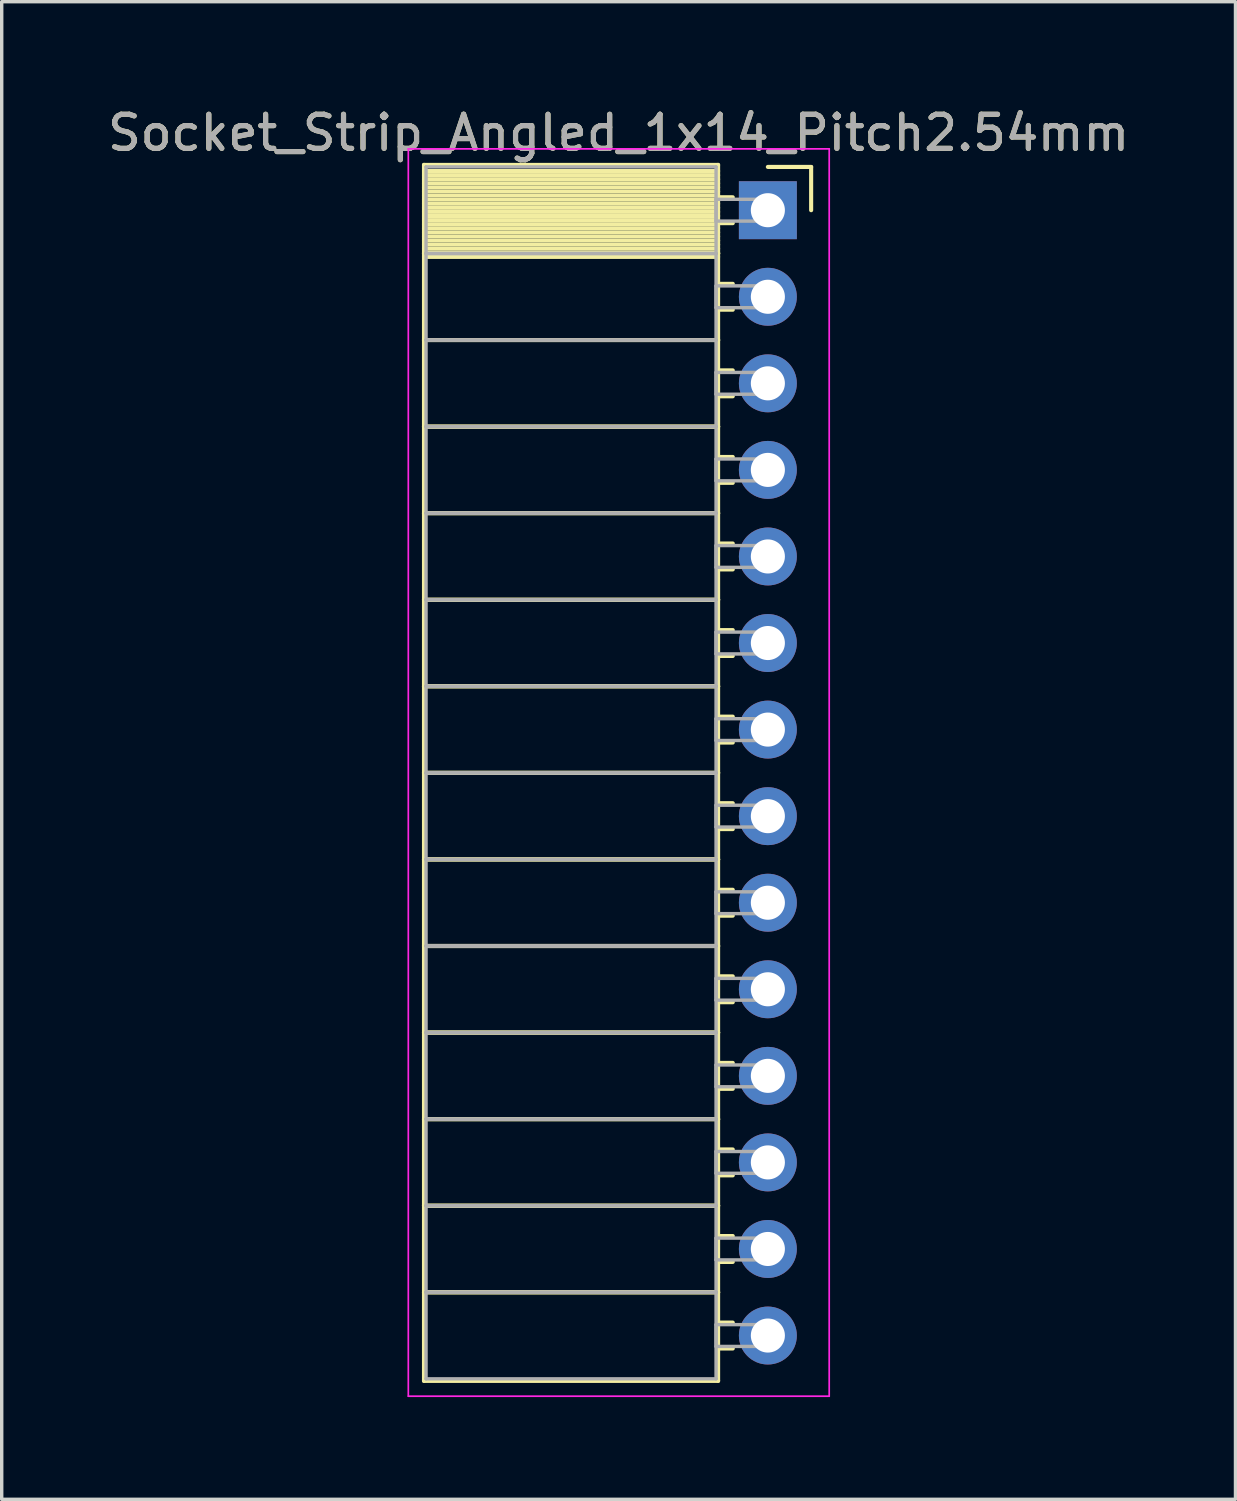
<source format=kicad_pcb>
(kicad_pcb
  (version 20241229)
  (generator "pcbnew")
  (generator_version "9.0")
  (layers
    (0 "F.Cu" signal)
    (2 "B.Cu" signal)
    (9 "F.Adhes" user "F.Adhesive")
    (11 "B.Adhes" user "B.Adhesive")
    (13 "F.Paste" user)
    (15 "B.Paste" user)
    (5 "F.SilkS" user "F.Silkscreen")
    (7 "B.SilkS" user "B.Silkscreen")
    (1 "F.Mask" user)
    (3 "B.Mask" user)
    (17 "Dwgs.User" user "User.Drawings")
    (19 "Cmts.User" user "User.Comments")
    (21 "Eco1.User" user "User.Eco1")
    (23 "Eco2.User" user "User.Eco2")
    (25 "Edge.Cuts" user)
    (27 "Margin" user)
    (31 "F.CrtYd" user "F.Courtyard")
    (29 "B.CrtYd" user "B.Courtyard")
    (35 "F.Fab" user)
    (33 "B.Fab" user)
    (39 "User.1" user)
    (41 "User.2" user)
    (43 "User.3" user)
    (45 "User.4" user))
  (footprint "Socket_Strip_Angled_1x14_Pitch2.54mm"
    (layer "F.Cu")
    (at 19.481 3.118)
    (property "Reference" "Socket_Strip_Angled_1x14_Pitch2.54mm" (at -4.38 -2.27 0) (layer "F.SilkS") (effects (font (size 1 1) (thickness 0.15))))
    (attr through_hole)
    (fp_line (start -10.09 -1.33) (end -1.46 -1.33) (stroke (width 0.12) (type solid)) (layer "F.SilkS"))
    (fp_line (start -10.09 1.27) (end -10.09 -1.33) (stroke (width 0.12) (type solid)) (layer "F.SilkS"))
    (fp_line (start -10.09 1.27) (end -1.46 1.27) (stroke (width 0.12) (type solid)) (layer "F.SilkS"))
    (fp_line (start -10.09 3.81) (end -10.09 1.27) (stroke (width 0.12) (type solid)) (layer "F.SilkS"))
    (fp_line (start -10.09 3.81) (end -1.46 3.81) (stroke (width 0.12) (type solid)) (layer "F.SilkS"))
    (fp_line (start -10.09 6.35) (end -10.09 3.81) (stroke (width 0.12) (type solid)) (layer "F.SilkS"))
    (fp_line (start -10.09 6.35) (end -1.46 6.35) (stroke (width 0.12) (type solid)) (layer "F.SilkS"))
    (fp_line (start -10.09 8.89) (end -10.09 6.35) (stroke (width 0.12) (type solid)) (layer "F.SilkS"))
    (fp_line (start -10.09 8.89) (end -1.46 8.89) (stroke (width 0.12) (type solid)) (layer "F.SilkS"))
    (fp_line (start -10.09 11.43) (end -10.09 8.89) (stroke (width 0.12) (type solid)) (layer "F.SilkS"))
    (fp_line (start -10.09 11.43) (end -1.46 11.43) (stroke (width 0.12) (type solid)) (layer "F.SilkS"))
    (fp_line (start -10.09 13.97) (end -10.09 11.43) (stroke (width 0.12) (type solid)) (layer "F.SilkS"))
    (fp_line (start -10.09 13.97) (end -1.46 13.97) (stroke (width 0.12) (type solid)) (layer "F.SilkS"))
    (fp_line (start -10.09 16.51) (end -10.09 13.97) (stroke (width 0.12) (type solid)) (layer "F.SilkS"))
    (fp_line (start -10.09 16.51) (end -1.46 16.51) (stroke (width 0.12) (type solid)) (layer "F.SilkS"))
    (fp_line (start -10.09 19.05) (end -10.09 16.51) (stroke (width 0.12) (type solid)) (layer "F.SilkS"))
    (fp_line (start -10.09 19.05) (end -1.46 19.05) (stroke (width 0.12) (type solid)) (layer "F.SilkS"))
    (fp_line (start -10.09 21.59) (end -10.09 19.05) (stroke (width 0.12) (type solid)) (layer "F.SilkS"))
    (fp_line (start -10.09 21.59) (end -1.46 21.59) (stroke (width 0.12) (type solid)) (layer "F.SilkS"))
    (fp_line (start -10.09 24.13) (end -10.09 21.59) (stroke (width 0.12) (type solid)) (layer "F.SilkS"))
    (fp_line (start -10.09 24.13) (end -1.46 24.13) (stroke (width 0.12) (type solid)) (layer "F.SilkS"))
    (fp_line (start -10.09 26.67) (end -10.09 24.13) (stroke (width 0.12) (type solid)) (layer "F.SilkS"))
    (fp_line (start -10.09 26.67) (end -1.46 26.67) (stroke (width 0.12) (type solid)) (layer "F.SilkS"))
    (fp_line (start -10.09 29.21) (end -10.09 26.67) (stroke (width 0.12) (type solid)) (layer "F.SilkS"))
    (fp_line (start -10.09 29.21) (end -1.46 29.21) (stroke (width 0.12) (type solid)) (layer "F.SilkS"))
    (fp_line (start -10.09 31.75) (end -10.09 29.21) (stroke (width 0.12) (type solid)) (layer "F.SilkS"))
    (fp_line (start -10.09 31.75) (end -1.46 31.75) (stroke (width 0.12) (type solid)) (layer "F.SilkS"))
    (fp_line (start -10.09 34.35) (end -10.09 31.75) (stroke (width 0.12) (type solid)) (layer "F.SilkS"))
    (fp_line (start -1.46 -1.33) (end -1.46 1.27) (stroke (width 0.12) (type solid)) (layer "F.SilkS"))
    (fp_line (start -1.46 -1.15) (end -10.09 -1.15) (stroke (width 0.12) (type solid)) (layer "F.SilkS"))
    (fp_line (start -1.46 -1.03) (end -10.09 -1.03) (stroke (width 0.12) (type solid)) (layer "F.SilkS"))
    (fp_line (start -1.46 -0.91) (end -10.09 -0.91) (stroke (width 0.12) (type solid)) (layer "F.SilkS"))
    (fp_line (start -1.46 -0.79) (end -10.09 -0.79) (stroke (width 0.12) (type solid)) (layer "F.SilkS"))
    (fp_line (start -1.46 -0.67) (end -10.09 -0.67) (stroke (width 0.12) (type solid)) (layer "F.SilkS"))
    (fp_line (start -1.46 -0.55) (end -10.09 -0.55) (stroke (width 0.12) (type solid)) (layer "F.SilkS"))
    (fp_line (start -1.46 -0.43) (end -10.09 -0.43) (stroke (width 0.12) (type solid)) (layer "F.SilkS"))
    (fp_line (start -1.46 -0.31) (end -10.09 -0.31) (stroke (width 0.12) (type solid)) (layer "F.SilkS"))
    (fp_line (start -1.46 -0.19) (end -10.09 -0.19) (stroke (width 0.12) (type solid)) (layer "F.SilkS"))
    (fp_line (start -1.46 -0.07) (end -10.09 -0.07) (stroke (width 0.12) (type solid)) (layer "F.SilkS"))
    (fp_line (start -1.46 0.05) (end -10.09 0.05) (stroke (width 0.12) (type solid)) (layer "F.SilkS"))
    (fp_line (start -1.46 0.17) (end -10.09 0.17) (stroke (width 0.12) (type solid)) (layer "F.SilkS"))
    (fp_line (start -1.46 0.29) (end -10.09 0.29) (stroke (width 0.12) (type solid)) (layer "F.SilkS"))
    (fp_line (start -1.46 0.41) (end -10.09 0.41) (stroke (width 0.12) (type solid)) (layer "F.SilkS"))
    (fp_line (start -1.46 0.53) (end -10.09 0.53) (stroke (width 0.12) (type solid)) (layer "F.SilkS"))
    (fp_line (start -1.46 0.65) (end -10.09 0.65) (stroke (width 0.12) (type solid)) (layer "F.SilkS"))
    (fp_line (start -1.46 0.77) (end -10.09 0.77) (stroke (width 0.12) (type solid)) (layer "F.SilkS"))
    (fp_line (start -1.46 0.89) (end -10.09 0.89) (stroke (width 0.12) (type solid)) (layer "F.SilkS"))
    (fp_line (start -1.46 1.01) (end -10.09 1.01) (stroke (width 0.12) (type solid)) (layer "F.SilkS"))
    (fp_line (start -1.46 1.13) (end -10.09 1.13) (stroke (width 0.12) (type solid)) (layer "F.SilkS"))
    (fp_line (start -1.46 1.25) (end -10.09 1.25) (stroke (width 0.12) (type solid)) (layer "F.SilkS"))
    (fp_line (start -1.46 1.27) (end -10.09 1.27) (stroke (width 0.12) (type solid)) (layer "F.SilkS"))
    (fp_line (start -1.46 1.27) (end -1.46 3.81) (stroke (width 0.12) (type solid)) (layer "F.SilkS"))
    (fp_line (start -1.46 1.37) (end -10.09 1.37) (stroke (width 0.12) (type solid)) (layer "F.SilkS"))
    (fp_line (start -1.46 3.81) (end -10.09 3.81) (stroke (width 0.12) (type solid)) (layer "F.SilkS"))
    (fp_line (start -1.46 3.81) (end -1.46 6.35) (stroke (width 0.12) (type solid)) (layer "F.SilkS"))
    (fp_line (start -1.46 6.35) (end -10.09 6.35) (stroke (width 0.12) (type solid)) (layer "F.SilkS"))
    (fp_line (start -1.46 6.35) (end -1.46 8.89) (stroke (width 0.12) (type solid)) (layer "F.SilkS"))
    (fp_line (start -1.46 8.89) (end -10.09 8.89) (stroke (width 0.12) (type solid)) (layer "F.SilkS"))
    (fp_line (start -1.46 8.89) (end -1.46 11.43) (stroke (width 0.12) (type solid)) (layer "F.SilkS"))
    (fp_line (start -1.46 11.43) (end -10.09 11.43) (stroke (width 0.12) (type solid)) (layer "F.SilkS"))
    (fp_line (start -1.46 11.43) (end -1.46 13.97) (stroke (width 0.12) (type solid)) (layer "F.SilkS"))
    (fp_line (start -1.46 13.97) (end -10.09 13.97) (stroke (width 0.12) (type solid)) (layer "F.SilkS"))
    (fp_line (start -1.46 13.97) (end -1.46 16.51) (stroke (width 0.12) (type solid)) (layer "F.SilkS"))
    (fp_line (start -1.46 16.51) (end -10.09 16.51) (stroke (width 0.12) (type solid)) (layer "F.SilkS"))
    (fp_line (start -1.46 16.51) (end -1.46 19.05) (stroke (width 0.12) (type solid)) (layer "F.SilkS"))
    (fp_line (start -1.46 19.05) (end -10.09 19.05) (stroke (width 0.12) (type solid)) (layer "F.SilkS"))
    (fp_line (start -1.46 19.05) (end -1.46 21.59) (stroke (width 0.12) (type solid)) (layer "F.SilkS"))
    (fp_line (start -1.46 21.59) (end -10.09 21.59) (stroke (width 0.12) (type solid)) (layer "F.SilkS"))
    (fp_line (start -1.46 21.59) (end -1.46 24.13) (stroke (width 0.12) (type solid)) (layer "F.SilkS"))
    (fp_line (start -1.46 24.13) (end -10.09 24.13) (stroke (width 0.12) (type solid)) (layer "F.SilkS"))
    (fp_line (start -1.46 24.13) (end -1.46 26.67) (stroke (width 0.12) (type solid)) (layer "F.SilkS"))
    (fp_line (start -1.46 26.67) (end -10.09 26.67) (stroke (width 0.12) (type solid)) (layer "F.SilkS"))
    (fp_line (start -1.46 26.67) (end -1.46 29.21) (stroke (width 0.12) (type solid)) (layer "F.SilkS"))
    (fp_line (start -1.46 29.21) (end -10.09 29.21) (stroke (width 0.12) (type solid)) (layer "F.SilkS"))
    (fp_line (start -1.46 29.21) (end -1.46 31.75) (stroke (width 0.12) (type solid)) (layer "F.SilkS"))
    (fp_line (start -1.46 31.75) (end -10.09 31.75) (stroke (width 0.12) (type solid)) (layer "F.SilkS"))
    (fp_line (start -1.46 31.75) (end -1.46 34.35) (stroke (width 0.12) (type solid)) (layer "F.SilkS"))
    (fp_line (start -1.46 34.35) (end -10.09 34.35) (stroke (width 0.12) (type solid)) (layer "F.SilkS"))
    (fp_line (start -1.03 -0.38) (end -1.46 -0.38) (stroke (width 0.12) (type solid)) (layer "F.SilkS"))
    (fp_line (start -1.03 0.38) (end -1.46 0.38) (stroke (width 0.12) (type solid)) (layer "F.SilkS"))
    (fp_line (start -1.03 2.16) (end -1.46 2.16) (stroke (width 0.12) (type solid)) (layer "F.SilkS"))
    (fp_line (start -1.03 2.92) (end -1.46 2.92) (stroke (width 0.12) (type solid)) (layer "F.SilkS"))
    (fp_line (start -1.03 4.7) (end -1.46 4.7) (stroke (width 0.12) (type solid)) (layer "F.SilkS"))
    (fp_line (start -1.03 5.46) (end -1.46 5.46) (stroke (width 0.12) (type solid)) (layer "F.SilkS"))
    (fp_line (start -1.03 7.24) (end -1.46 7.24) (stroke (width 0.12) (type solid)) (layer "F.SilkS"))
    (fp_line (start -1.03 8) (end -1.46 8) (stroke (width 0.12) (type solid)) (layer "F.SilkS"))
    (fp_line (start -1.03 9.78) (end -1.46 9.78) (stroke (width 0.12) (type solid)) (layer "F.SilkS"))
    (fp_line (start -1.03 10.54) (end -1.46 10.54) (stroke (width 0.12) (type solid)) (layer "F.SilkS"))
    (fp_line (start -1.03 12.32) (end -1.46 12.32) (stroke (width 0.12) (type solid)) (layer "F.SilkS"))
    (fp_line (start -1.03 13.08) (end -1.46 13.08) (stroke (width 0.12) (type solid)) (layer "F.SilkS"))
    (fp_line (start -1.03 14.86) (end -1.46 14.86) (stroke (width 0.12) (type solid)) (layer "F.SilkS"))
    (fp_line (start -1.03 15.62) (end -1.46 15.62) (stroke (width 0.12) (type solid)) (layer "F.SilkS"))
    (fp_line (start -1.03 17.4) (end -1.46 17.4) (stroke (width 0.12) (type solid)) (layer "F.SilkS"))
    (fp_line (start -1.03 18.16) (end -1.46 18.16) (stroke (width 0.12) (type solid)) (layer "F.SilkS"))
    (fp_line (start -1.03 19.94) (end -1.46 19.94) (stroke (width 0.12) (type solid)) (layer "F.SilkS"))
    (fp_line (start -1.03 20.7) (end -1.46 20.7) (stroke (width 0.12) (type solid)) (layer "F.SilkS"))
    (fp_line (start -1.03 22.48) (end -1.46 22.48) (stroke (width 0.12) (type solid)) (layer "F.SilkS"))
    (fp_line (start -1.03 23.24) (end -1.46 23.24) (stroke (width 0.12) (type solid)) (layer "F.SilkS"))
    (fp_line (start -1.03 25.02) (end -1.46 25.02) (stroke (width 0.12) (type solid)) (layer "F.SilkS"))
    (fp_line (start -1.03 25.78) (end -1.46 25.78) (stroke (width 0.12) (type solid)) (layer "F.SilkS"))
    (fp_line (start -1.03 27.56) (end -1.46 27.56) (stroke (width 0.12) (type solid)) (layer "F.SilkS"))
    (fp_line (start -1.03 28.32) (end -1.46 28.32) (stroke (width 0.12) (type solid)) (layer "F.SilkS"))
    (fp_line (start -1.03 30.1) (end -1.46 30.1) (stroke (width 0.12) (type solid)) (layer "F.SilkS"))
    (fp_line (start -1.03 30.86) (end -1.46 30.86) (stroke (width 0.12) (type solid)) (layer "F.SilkS"))
    (fp_line (start -1.03 32.64) (end -1.46 32.64) (stroke (width 0.12) (type solid)) (layer "F.SilkS"))
    (fp_line (start -1.03 33.4) (end -1.46 33.4) (stroke (width 0.12) (type solid)) (layer "F.SilkS"))
    (fp_line (start 0 -1.27) (end 1.27 -1.27) (stroke (width 0.12) (type solid)) (layer "F.SilkS"))
    (fp_line (start 1.27 -1.27) (end 1.27 0) (stroke (width 0.12) (type solid)) (layer "F.SilkS"))
    (fp_line (start -10.55 -1.8) (end 1.8 -1.8) (stroke (width 0.05) (type solid)) (layer "F.CrtYd"))
    (fp_line (start -10.55 34.8) (end -10.55 -1.8) (stroke (width 0.05) (type solid)) (layer "F.CrtYd"))
    (fp_line (start 1.8 -1.8) (end 1.8 34.8) (stroke (width 0.05) (type solid)) (layer "F.CrtYd"))
    (fp_line (start 1.8 34.8) (end -10.55 34.8) (stroke (width 0.05) (type solid)) (layer "F.CrtYd"))
    (fp_line (start -10.03 -1.27) (end -1.52 -1.27) (stroke (width 0.1) (type solid)) (layer "F.Fab"))
    (fp_line (start -10.03 1.27) (end -10.03 -1.27) (stroke (width 0.1) (type solid)) (layer "F.Fab"))
    (fp_line (start -10.03 1.27) (end -1.52 1.27) (stroke (width 0.1) (type solid)) (layer "F.Fab"))
    (fp_line (start -10.03 3.81) (end -10.03 1.27) (stroke (width 0.1) (type solid)) (layer "F.Fab"))
    (fp_line (start -10.03 3.81) (end -1.52 3.81) (stroke (width 0.1) (type solid)) (layer "F.Fab"))
    (fp_line (start -10.03 6.35) (end -10.03 3.81) (stroke (width 0.1) (type solid)) (layer "F.Fab"))
    (fp_line (start -10.03 6.35) (end -1.52 6.35) (stroke (width 0.1) (type solid)) (layer "F.Fab"))
    (fp_line (start -10.03 8.89) (end -10.03 6.35) (stroke (width 0.1) (type solid)) (layer "F.Fab"))
    (fp_line (start -10.03 8.89) (end -1.52 8.89) (stroke (width 0.1) (type solid)) (layer "F.Fab"))
    (fp_line (start -10.03 11.43) (end -10.03 8.89) (stroke (width 0.1) (type solid)) (layer "F.Fab"))
    (fp_line (start -10.03 11.43) (end -1.52 11.43) (stroke (width 0.1) (type solid)) (layer "F.Fab"))
    (fp_line (start -10.03 13.97) (end -10.03 11.43) (stroke (width 0.1) (type solid)) (layer "F.Fab"))
    (fp_line (start -10.03 13.97) (end -1.52 13.97) (stroke (width 0.1) (type solid)) (layer "F.Fab"))
    (fp_line (start -10.03 16.51) (end -10.03 13.97) (stroke (width 0.1) (type solid)) (layer "F.Fab"))
    (fp_line (start -10.03 16.51) (end -1.52 16.51) (stroke (width 0.1) (type solid)) (layer "F.Fab"))
    (fp_line (start -10.03 19.05) (end -10.03 16.51) (stroke (width 0.1) (type solid)) (layer "F.Fab"))
    (fp_line (start -10.03 19.05) (end -1.52 19.05) (stroke (width 0.1) (type solid)) (layer "F.Fab"))
    (fp_line (start -10.03 21.59) (end -10.03 19.05) (stroke (width 0.1) (type solid)) (layer "F.Fab"))
    (fp_line (start -10.03 21.59) (end -1.52 21.59) (stroke (width 0.1) (type solid)) (layer "F.Fab"))
    (fp_line (start -10.03 24.13) (end -10.03 21.59) (stroke (width 0.1) (type solid)) (layer "F.Fab"))
    (fp_line (start -10.03 24.13) (end -1.52 24.13) (stroke (width 0.1) (type solid)) (layer "F.Fab"))
    (fp_line (start -10.03 26.67) (end -10.03 24.13) (stroke (width 0.1) (type solid)) (layer "F.Fab"))
    (fp_line (start -10.03 26.67) (end -1.52 26.67) (stroke (width 0.1) (type solid)) (layer "F.Fab"))
    (fp_line (start -10.03 29.21) (end -10.03 26.67) (stroke (width 0.1) (type solid)) (layer "F.Fab"))
    (fp_line (start -10.03 29.21) (end -1.52 29.21) (stroke (width 0.1) (type solid)) (layer "F.Fab"))
    (fp_line (start -10.03 31.75) (end -10.03 29.21) (stroke (width 0.1) (type solid)) (layer "F.Fab"))
    (fp_line (start -10.03 31.75) (end -1.52 31.75) (stroke (width 0.1) (type solid)) (layer "F.Fab"))
    (fp_line (start -10.03 34.29) (end -10.03 31.75) (stroke (width 0.1) (type solid)) (layer "F.Fab"))
    (fp_line (start -1.52 -1.27) (end -1.52 1.27) (stroke (width 0.1) (type solid)) (layer "F.Fab"))
    (fp_line (start -1.52 -0.32) (end 0 -0.32) (stroke (width 0.1) (type solid)) (layer "F.Fab"))
    (fp_line (start -1.52 0.32) (end -1.52 -0.32) (stroke (width 0.1) (type solid)) (layer "F.Fab"))
    (fp_line (start -1.52 1.27) (end -10.03 1.27) (stroke (width 0.1) (type solid)) (layer "F.Fab"))
    (fp_line (start -1.52 1.27) (end -1.52 3.81) (stroke (width 0.1) (type solid)) (layer "F.Fab"))
    (fp_line (start -1.52 2.22) (end 0 2.22) (stroke (width 0.1) (type solid)) (layer "F.Fab"))
    (fp_line (start -1.52 2.86) (end -1.52 2.22) (stroke (width 0.1) (type solid)) (layer "F.Fab"))
    (fp_line (start -1.52 3.81) (end -10.03 3.81) (stroke (width 0.1) (type solid)) (layer "F.Fab"))
    (fp_line (start -1.52 3.81) (end -1.52 6.35) (stroke (width 0.1) (type solid)) (layer "F.Fab"))
    (fp_line (start -1.52 4.76) (end 0 4.76) (stroke (width 0.1) (type solid)) (layer "F.Fab"))
    (fp_line (start -1.52 5.4) (end -1.52 4.76) (stroke (width 0.1) (type solid)) (layer "F.Fab"))
    (fp_line (start -1.52 6.35) (end -10.03 6.35) (stroke (width 0.1) (type solid)) (layer "F.Fab"))
    (fp_line (start -1.52 6.35) (end -1.52 8.89) (stroke (width 0.1) (type solid)) (layer "F.Fab"))
    (fp_line (start -1.52 7.3) (end 0 7.3) (stroke (width 0.1) (type solid)) (layer "F.Fab"))
    (fp_line (start -1.52 7.94) (end -1.52 7.3) (stroke (width 0.1) (type solid)) (layer "F.Fab"))
    (fp_line (start -1.52 8.89) (end -10.03 8.89) (stroke (width 0.1) (type solid)) (layer "F.Fab"))
    (fp_line (start -1.52 8.89) (end -1.52 11.43) (stroke (width 0.1) (type solid)) (layer "F.Fab"))
    (fp_line (start -1.52 9.84) (end 0 9.84) (stroke (width 0.1) (type solid)) (layer "F.Fab"))
    (fp_line (start -1.52 10.48) (end -1.52 9.84) (stroke (width 0.1) (type solid)) (layer "F.Fab"))
    (fp_line (start -1.52 11.43) (end -10.03 11.43) (stroke (width 0.1) (type solid)) (layer "F.Fab"))
    (fp_line (start -1.52 11.43) (end -1.52 13.97) (stroke (width 0.1) (type solid)) (layer "F.Fab"))
    (fp_line (start -1.52 12.38) (end 0 12.38) (stroke (width 0.1) (type solid)) (layer "F.Fab"))
    (fp_line (start -1.52 13.02) (end -1.52 12.38) (stroke (width 0.1) (type solid)) (layer "F.Fab"))
    (fp_line (start -1.52 13.97) (end -10.03 13.97) (stroke (width 0.1) (type solid)) (layer "F.Fab"))
    (fp_line (start -1.52 13.97) (end -1.52 16.51) (stroke (width 0.1) (type solid)) (layer "F.Fab"))
    (fp_line (start -1.52 14.92) (end 0 14.92) (stroke (width 0.1) (type solid)) (layer "F.Fab"))
    (fp_line (start -1.52 15.56) (end -1.52 14.92) (stroke (width 0.1) (type solid)) (layer "F.Fab"))
    (fp_line (start -1.52 16.51) (end -10.03 16.51) (stroke (width 0.1) (type solid)) (layer "F.Fab"))
    (fp_line (start -1.52 16.51) (end -1.52 19.05) (stroke (width 0.1) (type solid)) (layer "F.Fab"))
    (fp_line (start -1.52 17.46) (end 0 17.46) (stroke (width 0.1) (type solid)) (layer "F.Fab"))
    (fp_line (start -1.52 18.1) (end -1.52 17.46) (stroke (width 0.1) (type solid)) (layer "F.Fab"))
    (fp_line (start -1.52 19.05) (end -10.03 19.05) (stroke (width 0.1) (type solid)) (layer "F.Fab"))
    (fp_line (start -1.52 19.05) (end -1.52 21.59) (stroke (width 0.1) (type solid)) (layer "F.Fab"))
    (fp_line (start -1.52 20) (end 0 20) (stroke (width 0.1) (type solid)) (layer "F.Fab"))
    (fp_line (start -1.52 20.64) (end -1.52 20) (stroke (width 0.1) (type solid)) (layer "F.Fab"))
    (fp_line (start -1.52 21.59) (end -10.03 21.59) (stroke (width 0.1) (type solid)) (layer "F.Fab"))
    (fp_line (start -1.52 21.59) (end -1.52 24.13) (stroke (width 0.1) (type solid)) (layer "F.Fab"))
    (fp_line (start -1.52 22.54) (end 0 22.54) (stroke (width 0.1) (type solid)) (layer "F.Fab"))
    (fp_line (start -1.52 23.18) (end -1.52 22.54) (stroke (width 0.1) (type solid)) (layer "F.Fab"))
    (fp_line (start -1.52 24.13) (end -10.03 24.13) (stroke (width 0.1) (type solid)) (layer "F.Fab"))
    (fp_line (start -1.52 24.13) (end -1.52 26.67) (stroke (width 0.1) (type solid)) (layer "F.Fab"))
    (fp_line (start -1.52 25.08) (end 0 25.08) (stroke (width 0.1) (type solid)) (layer "F.Fab"))
    (fp_line (start -1.52 25.72) (end -1.52 25.08) (stroke (width 0.1) (type solid)) (layer "F.Fab"))
    (fp_line (start -1.52 26.67) (end -10.03 26.67) (stroke (width 0.1) (type solid)) (layer "F.Fab"))
    (fp_line (start -1.52 26.67) (end -1.52 29.21) (stroke (width 0.1) (type solid)) (layer "F.Fab"))
    (fp_line (start -1.52 27.62) (end 0 27.62) (stroke (width 0.1) (type solid)) (layer "F.Fab"))
    (fp_line (start -1.52 28.26) (end -1.52 27.62) (stroke (width 0.1) (type solid)) (layer "F.Fab"))
    (fp_line (start -1.52 29.21) (end -10.03 29.21) (stroke (width 0.1) (type solid)) (layer "F.Fab"))
    (fp_line (start -1.52 29.21) (end -1.52 31.75) (stroke (width 0.1) (type solid)) (layer "F.Fab"))
    (fp_line (start -1.52 30.16) (end 0 30.16) (stroke (width 0.1) (type solid)) (layer "F.Fab"))
    (fp_line (start -1.52 30.8) (end -1.52 30.16) (stroke (width 0.1) (type solid)) (layer "F.Fab"))
    (fp_line (start -1.52 31.75) (end -10.03 31.75) (stroke (width 0.1) (type solid)) (layer "F.Fab"))
    (fp_line (start -1.52 31.75) (end -1.52 34.29) (stroke (width 0.1) (type solid)) (layer "F.Fab"))
    (fp_line (start -1.52 32.7) (end 0 32.7) (stroke (width 0.1) (type solid)) (layer "F.Fab"))
    (fp_line (start -1.52 33.34) (end -1.52 32.7) (stroke (width 0.1) (type solid)) (layer "F.Fab"))
    (fp_line (start -1.52 34.29) (end -10.03 34.29) (stroke (width 0.1) (type solid)) (layer "F.Fab"))
    (fp_line (start 0 -0.32) (end 0 0.32) (stroke (width 0.1) (type solid)) (layer "F.Fab"))
    (fp_line (start 0 0.32) (end -1.52 0.32) (stroke (width 0.1) (type solid)) (layer "F.Fab"))
    (fp_line (start 0 2.22) (end 0 2.86) (stroke (width 0.1) (type solid)) (layer "F.Fab"))
    (fp_line (start 0 2.86) (end -1.52 2.86) (stroke (width 0.1) (type solid)) (layer "F.Fab"))
    (fp_line (start 0 4.76) (end 0 5.4) (stroke (width 0.1) (type solid)) (layer "F.Fab"))
    (fp_line (start 0 5.4) (end -1.52 5.4) (stroke (width 0.1) (type solid)) (layer "F.Fab"))
    (fp_line (start 0 7.3) (end 0 7.94) (stroke (width 0.1) (type solid)) (layer "F.Fab"))
    (fp_line (start 0 7.94) (end -1.52 7.94) (stroke (width 0.1) (type solid)) (layer "F.Fab"))
    (fp_line (start 0 9.84) (end 0 10.48) (stroke (width 0.1) (type solid)) (layer "F.Fab"))
    (fp_line (start 0 10.48) (end -1.52 10.48) (stroke (width 0.1) (type solid)) (layer "F.Fab"))
    (fp_line (start 0 12.38) (end 0 13.02) (stroke (width 0.1) (type solid)) (layer "F.Fab"))
    (fp_line (start 0 13.02) (end -1.52 13.02) (stroke (width 0.1) (type solid)) (layer "F.Fab"))
    (fp_line (start 0 14.92) (end 0 15.56) (stroke (width 0.1) (type solid)) (layer "F.Fab"))
    (fp_line (start 0 15.56) (end -1.52 15.56) (stroke (width 0.1) (type solid)) (layer "F.Fab"))
    (fp_line (start 0 17.46) (end 0 18.1) (stroke (width 0.1) (type solid)) (layer "F.Fab"))
    (fp_line (start 0 18.1) (end -1.52 18.1) (stroke (width 0.1) (type solid)) (layer "F.Fab"))
    (fp_line (start 0 20) (end 0 20.64) (stroke (width 0.1) (type solid)) (layer "F.Fab"))
    (fp_line (start 0 20.64) (end -1.52 20.64) (stroke (width 0.1) (type solid)) (layer "F.Fab"))
    (fp_line (start 0 22.54) (end 0 23.18) (stroke (width 0.1) (type solid)) (layer "F.Fab"))
    (fp_line (start 0 23.18) (end -1.52 23.18) (stroke (width 0.1) (type solid)) (layer "F.Fab"))
    (fp_line (start 0 25.08) (end 0 25.72) (stroke (width 0.1) (type solid)) (layer "F.Fab"))
    (fp_line (start 0 25.72) (end -1.52 25.72) (stroke (width 0.1) (type solid)) (layer "F.Fab"))
    (fp_line (start 0 27.62) (end 0 28.26) (stroke (width 0.1) (type solid)) (layer "F.Fab"))
    (fp_line (start 0 28.26) (end -1.52 28.26) (stroke (width 0.1) (type solid)) (layer "F.Fab"))
    (fp_line (start 0 30.16) (end 0 30.8) (stroke (width 0.1) (type solid)) (layer "F.Fab"))
    (fp_line (start 0 30.8) (end -1.52 30.8) (stroke (width 0.1) (type solid)) (layer "F.Fab"))
    (fp_line (start 0 32.7) (end 0 33.34) (stroke (width 0.1) (type solid)) (layer "F.Fab"))
    (fp_line (start 0 33.34) (end -1.52 33.34) (stroke (width 0.1) (type solid)) (layer "F.Fab"))
    (fp_text user "${REFERENCE}" (at -4.38 -2.27 0) (layer "F.Fab") (effects (font (size 1 1) (thickness 0.15))))
    (pad "1" thru_hole rect (at 0 0) (size 1.7 1.7) (drill 1) (layers "*.Cu" "*.Mask"))
    (pad "2" thru_hole oval (at 0 2.54) (size 1.7 1.7) (drill 1) (layers "*.Cu" "*.Mask"))
    (pad "3" thru_hole oval (at 0 5.08) (size 1.7 1.7) (drill 1) (layers "*.Cu" "*.Mask"))
    (pad "4" thru_hole oval (at 0 7.62) (size 1.7 1.7) (drill 1) (layers "*.Cu" "*.Mask"))
    (pad "5" thru_hole oval (at 0 10.16) (size 1.7 1.7) (drill 1) (layers "*.Cu" "*.Mask"))
    (pad "6" thru_hole oval (at 0 12.7) (size 1.7 1.7) (drill 1) (layers "*.Cu" "*.Mask"))
    (pad "7" thru_hole oval (at 0 15.24) (size 1.7 1.7) (drill 1) (layers "*.Cu" "*.Mask"))
    (pad "8" thru_hole oval (at 0 17.78) (size 1.7 1.7) (drill 1) (layers "*.Cu" "*.Mask"))
    (pad "9" thru_hole oval (at 0 20.32) (size 1.7 1.7) (drill 1) (layers "*.Cu" "*.Mask"))
    (pad "10" thru_hole oval (at 0 22.86) (size 1.7 1.7) (drill 1) (layers "*.Cu" "*.Mask"))
    (pad "11" thru_hole oval (at 0 25.4) (size 1.7 1.7) (drill 1) (layers "*.Cu" "*.Mask"))
    (pad "12" thru_hole oval (at 0 27.94) (size 1.7 1.7) (drill 1) (layers "*.Cu" "*.Mask"))
    (pad "13" thru_hole oval (at 0 30.48) (size 1.7 1.7) (drill 1) (layers "*.Cu" "*.Mask"))
    (pad "14" thru_hole oval (at 0 33.02) (size 1.7 1.7) (drill 1) (layers "*.Cu" "*.Mask")))
  (gr_rect
    (start -3 -3)
    (end 33.202 40.943)
    (stroke (width 0.1) (type default))
    (fill no)
    (layer "Edge.Cuts")))
</source>
